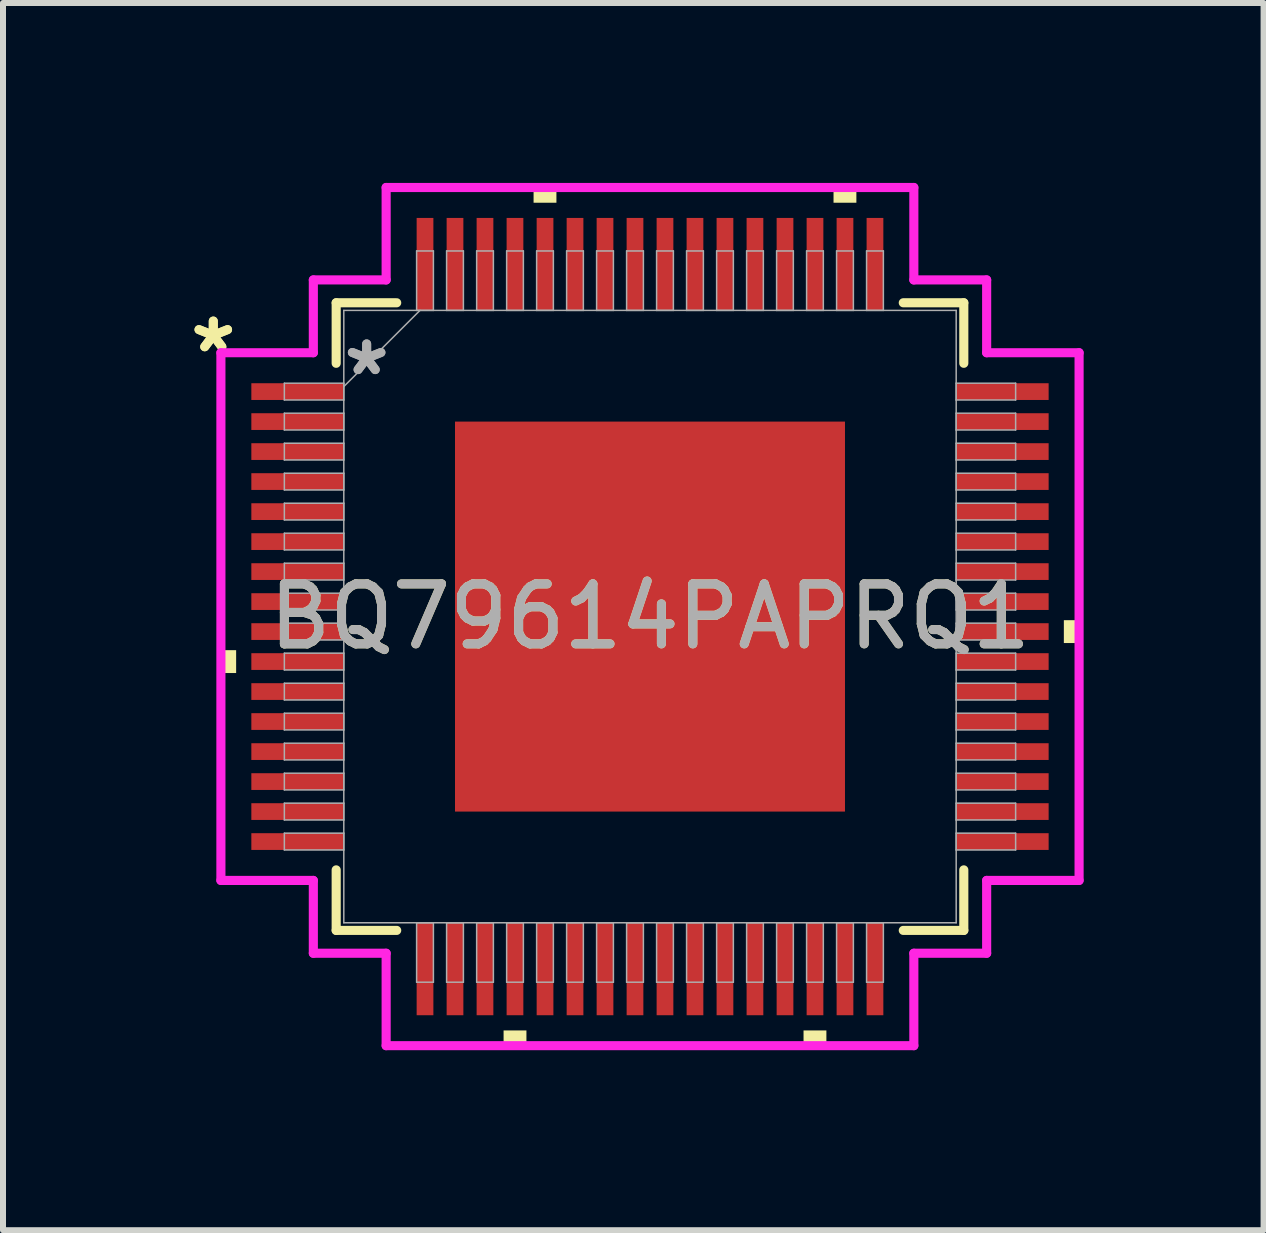
<source format=kicad_pcb>
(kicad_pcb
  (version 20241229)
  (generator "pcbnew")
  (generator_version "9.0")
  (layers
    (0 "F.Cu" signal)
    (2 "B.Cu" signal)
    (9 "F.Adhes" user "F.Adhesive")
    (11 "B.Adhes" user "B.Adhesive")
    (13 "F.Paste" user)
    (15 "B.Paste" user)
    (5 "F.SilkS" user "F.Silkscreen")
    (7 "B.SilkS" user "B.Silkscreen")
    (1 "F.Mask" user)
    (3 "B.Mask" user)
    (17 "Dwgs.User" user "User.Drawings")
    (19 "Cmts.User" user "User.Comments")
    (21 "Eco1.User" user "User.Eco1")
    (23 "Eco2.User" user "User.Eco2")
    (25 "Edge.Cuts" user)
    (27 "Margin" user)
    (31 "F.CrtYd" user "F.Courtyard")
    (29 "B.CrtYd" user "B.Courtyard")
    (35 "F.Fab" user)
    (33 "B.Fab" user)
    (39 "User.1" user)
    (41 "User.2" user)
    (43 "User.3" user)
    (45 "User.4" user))
  (footprint "BQ79614PAPRQ1"
    (layer "F.Cu")
    (at 7.787 7.23)
    (property "Reference" "BQ79614PAPRQ1" (at 0 0 0) (unlocked yes) (layer "F.SilkS") (effects (font (size 1 1) (thickness 0.15))))
    (attr smd)
    (fp_line (start -5.232 -5.232) (end -5.232 -4.223) (stroke (width 0.152) (type solid)) (layer "F.SilkS"))
    (fp_line (start -5.232 4.223) (end -5.232 5.232) (stroke (width 0.152) (type solid)) (layer "F.SilkS"))
    (fp_line (start -5.232 5.232) (end -4.223 5.232) (stroke (width 0.152) (type solid)) (layer "F.SilkS"))
    (fp_line (start -4.223 -5.232) (end -5.232 -5.232) (stroke (width 0.152) (type solid)) (layer "F.SilkS"))
    (fp_line (start 4.223 5.232) (end 5.232 5.232) (stroke (width 0.152) (type solid)) (layer "F.SilkS"))
    (fp_line (start 5.232 -5.232) (end 4.223 -5.232) (stroke (width 0.152) (type solid)) (layer "F.SilkS"))
    (fp_line (start 5.232 -4.223) (end 5.232 -5.232) (stroke (width 0.152) (type solid)) (layer "F.SilkS"))
    (fp_line (start 5.232 5.232) (end 5.232 4.223) (stroke (width 0.152) (type solid)) (layer "F.SilkS"))
    (fp_poly (pts (xy -7.154 0.56) (xy -7.154 0.941) (xy -6.9 0.941) (xy -6.9 0.56)) (stroke (width 0) (type solid)) (fill yes) (layer "F.SilkS"))
    (fp_poly (pts (xy -2.441 6.9) (xy -2.441 7.154) (xy -2.06 7.154) (xy -2.06 6.9)) (stroke (width 0) (type solid)) (fill yes) (layer "F.SilkS"))
    (fp_poly (pts (xy -1.941 -6.9) (xy -1.941 -7.154) (xy -1.56 -7.154) (xy -1.56 -6.9)) (stroke (width 0) (type solid)) (fill yes) (layer "F.SilkS"))
    (fp_poly (pts (xy 2.56 6.9) (xy 2.56 7.154) (xy 2.941 7.154) (xy 2.941 6.9)) (stroke (width 0) (type solid)) (fill yes) (layer "F.SilkS"))
    (fp_poly (pts (xy 3.06 -6.9) (xy 3.06 -7.154) (xy 3.441 -7.154) (xy 3.441 -6.9)) (stroke (width 0) (type solid)) (fill yes) (layer "F.SilkS"))
    (fp_poly (pts (xy 7.154 0.06) (xy 7.154 0.441) (xy 6.9 0.441) (xy 6.9 0.06)) (stroke (width 0) (type solid)) (fill yes) (layer "F.SilkS"))
    (fp_poly (pts (xy -3.151 -3.151) (xy -3.151 -2.051) (xy -2.051 -2.051) (xy -2.051 -3.151)) (stroke (width 0) (type solid)) (fill yes) (layer "F.Paste"))
    (fp_poly (pts (xy -3.151 -1.851) (xy -3.151 -0.75) (xy -2.051 -0.75) (xy -2.051 -1.851)) (stroke (width 0) (type solid)) (fill yes) (layer "F.Paste"))
    (fp_poly (pts (xy -3.151 -0.55) (xy -3.151 0.55) (xy -2.051 0.55) (xy -2.051 -0.55)) (stroke (width 0) (type solid)) (fill yes) (layer "F.Paste"))
    (fp_poly (pts (xy -3.151 0.75) (xy -3.151 1.851) (xy -2.051 1.851) (xy -2.051 0.75)) (stroke (width 0) (type solid)) (fill yes) (layer "F.Paste"))
    (fp_poly (pts (xy -3.151 2.051) (xy -3.151 3.151) (xy -2.051 3.151) (xy -2.051 2.051)) (stroke (width 0) (type solid)) (fill yes) (layer "F.Paste"))
    (fp_poly (pts (xy -1.851 -3.151) (xy -1.851 -2.051) (xy -0.75 -2.051) (xy -0.75 -3.151)) (stroke (width 0) (type solid)) (fill yes) (layer "F.Paste"))
    (fp_poly (pts (xy -1.851 -1.851) (xy -1.851 -0.75) (xy -0.75 -0.75) (xy -0.75 -1.851)) (stroke (width 0) (type solid)) (fill yes) (layer "F.Paste"))
    (fp_poly (pts (xy -1.851 -0.55) (xy -1.851 0.55) (xy -0.75 0.55) (xy -0.75 -0.55)) (stroke (width 0) (type solid)) (fill yes) (layer "F.Paste"))
    (fp_poly (pts (xy -1.851 0.75) (xy -1.851 1.851) (xy -0.75 1.851) (xy -0.75 0.75)) (stroke (width 0) (type solid)) (fill yes) (layer "F.Paste"))
    (fp_poly (pts (xy -1.851 2.051) (xy -1.851 3.151) (xy -0.75 3.151) (xy -0.75 2.051)) (stroke (width 0) (type solid)) (fill yes) (layer "F.Paste"))
    (fp_poly (pts (xy -0.55 -3.151) (xy -0.55 -2.051) (xy 0.55 -2.051) (xy 0.55 -3.151)) (stroke (width 0) (type solid)) (fill yes) (layer "F.Paste"))
    (fp_poly (pts (xy -0.55 -1.851) (xy -0.55 -0.75) (xy 0.55 -0.75) (xy 0.55 -1.851)) (stroke (width 0) (type solid)) (fill yes) (layer "F.Paste"))
    (fp_poly (pts (xy -0.55 -0.55) (xy -0.55 0.55) (xy 0.55 0.55) (xy 0.55 -0.55)) (stroke (width 0) (type solid)) (fill yes) (layer "F.Paste"))
    (fp_poly (pts (xy -0.55 0.75) (xy -0.55 1.851) (xy 0.55 1.851) (xy 0.55 0.75)) (stroke (width 0) (type solid)) (fill yes) (layer "F.Paste"))
    (fp_poly (pts (xy -0.55 2.051) (xy -0.55 3.151) (xy 0.55 3.151) (xy 0.55 2.051)) (stroke (width 0) (type solid)) (fill yes) (layer "F.Paste"))
    (fp_poly (pts (xy 0.75 -3.151) (xy 0.75 -2.051) (xy 1.851 -2.051) (xy 1.851 -3.151)) (stroke (width 0) (type solid)) (fill yes) (layer "F.Paste"))
    (fp_poly (pts (xy 0.75 -1.851) (xy 0.75 -0.75) (xy 1.851 -0.75) (xy 1.851 -1.851)) (stroke (width 0) (type solid)) (fill yes) (layer "F.Paste"))
    (fp_poly (pts (xy 0.75 -0.55) (xy 0.75 0.55) (xy 1.851 0.55) (xy 1.851 -0.55)) (stroke (width 0) (type solid)) (fill yes) (layer "F.Paste"))
    (fp_poly (pts (xy 0.75 0.75) (xy 0.75 1.851) (xy 1.851 1.851) (xy 1.851 0.75)) (stroke (width 0) (type solid)) (fill yes) (layer "F.Paste"))
    (fp_poly (pts (xy 0.75 2.051) (xy 0.75 3.151) (xy 1.851 3.151) (xy 1.851 2.051)) (stroke (width 0) (type solid)) (fill yes) (layer "F.Paste"))
    (fp_poly (pts (xy 2.051 -3.151) (xy 2.051 -2.051) (xy 3.151 -2.051) (xy 3.151 -3.151)) (stroke (width 0) (type solid)) (fill yes) (layer "F.Paste"))
    (fp_poly (pts (xy 2.051 -1.851) (xy 2.051 -0.75) (xy 3.151 -0.75) (xy 3.151 -1.851)) (stroke (width 0) (type solid)) (fill yes) (layer "F.Paste"))
    (fp_poly (pts (xy 2.051 -0.55) (xy 2.051 0.55) (xy 3.151 0.55) (xy 3.151 -0.55)) (stroke (width 0) (type solid)) (fill yes) (layer "F.Paste"))
    (fp_poly (pts (xy 2.051 0.75) (xy 2.051 1.851) (xy 3.151 1.851) (xy 3.151 0.75)) (stroke (width 0) (type solid)) (fill yes) (layer "F.Paste"))
    (fp_poly (pts (xy 2.051 2.051) (xy 2.051 3.151) (xy 3.151 3.151) (xy 3.151 2.051)) (stroke (width 0) (type solid)) (fill yes) (layer "F.Paste"))
    (fp_line (start -7.154 -4.399) (end -5.613 -4.399) (stroke (width 0.152) (type solid)) (layer "F.CrtYd"))
    (fp_line (start -7.154 4.399) (end -7.154 -4.399) (stroke (width 0.152) (type solid)) (layer "F.CrtYd"))
    (fp_line (start -5.613 -5.613) (end -4.399 -5.613) (stroke (width 0.152) (type solid)) (layer "F.CrtYd"))
    (fp_line (start -5.613 -4.399) (end -5.613 -5.613) (stroke (width 0.152) (type solid)) (layer "F.CrtYd"))
    (fp_line (start -5.613 4.399) (end -7.154 4.399) (stroke (width 0.152) (type solid)) (layer "F.CrtYd"))
    (fp_line (start -5.613 5.613) (end -5.613 4.399) (stroke (width 0.152) (type solid)) (layer "F.CrtYd"))
    (fp_line (start -5.613 5.613) (end -4.399 5.613) (stroke (width 0.152) (type solid)) (layer "F.CrtYd"))
    (fp_line (start -4.399 -7.154) (end 4.399 -7.154) (stroke (width 0.152) (type solid)) (layer "F.CrtYd"))
    (fp_line (start -4.399 -5.613) (end -4.399 -7.154) (stroke (width 0.152) (type solid)) (layer "F.CrtYd"))
    (fp_line (start -4.399 5.613) (end -4.399 7.154) (stroke (width 0.152) (type solid)) (layer "F.CrtYd"))
    (fp_line (start -4.399 7.154) (end 4.399 7.154) (stroke (width 0.152) (type solid)) (layer "F.CrtYd"))
    (fp_line (start 4.399 -7.154) (end 4.399 -5.613) (stroke (width 0.152) (type solid)) (layer "F.CrtYd"))
    (fp_line (start 4.399 -5.613) (end 5.613 -5.613) (stroke (width 0.152) (type solid)) (layer "F.CrtYd"))
    (fp_line (start 4.399 5.613) (end 5.613 5.613) (stroke (width 0.152) (type solid)) (layer "F.CrtYd"))
    (fp_line (start 4.399 7.154) (end 4.399 5.613) (stroke (width 0.152) (type solid)) (layer "F.CrtYd"))
    (fp_line (start 5.613 -4.399) (end 5.613 -5.613) (stroke (width 0.152) (type solid)) (layer "F.CrtYd"))
    (fp_line (start 5.613 4.399) (end 7.154 4.399) (stroke (width 0.152) (type solid)) (layer "F.CrtYd"))
    (fp_line (start 5.613 5.613) (end 5.613 4.399) (stroke (width 0.152) (type solid)) (layer "F.CrtYd"))
    (fp_line (start 7.154 -4.399) (end 5.613 -4.399) (stroke (width 0.152) (type solid)) (layer "F.CrtYd"))
    (fp_line (start 7.154 4.399) (end 7.154 -4.399) (stroke (width 0.152) (type solid)) (layer "F.CrtYd"))
    (fp_line (start -6.096 -3.891) (end -6.096 -3.611) (stroke (width 0.025) (type solid)) (layer "F.Fab"))
    (fp_line (start -6.096 -3.611) (end -5.105 -3.611) (stroke (width 0.025) (type solid)) (layer "F.Fab"))
    (fp_line (start -6.096 -3.391) (end -6.096 -3.111) (stroke (width 0.025) (type solid)) (layer "F.Fab"))
    (fp_line (start -6.096 -3.111) (end -5.105 -3.111) (stroke (width 0.025) (type solid)) (layer "F.Fab"))
    (fp_line (start -6.096 -2.89) (end -6.096 -2.611) (stroke (width 0.025) (type solid)) (layer "F.Fab"))
    (fp_line (start -6.096 -2.611) (end -5.105 -2.611) (stroke (width 0.025) (type solid)) (layer "F.Fab"))
    (fp_line (start -6.096 -2.39) (end -6.096 -2.111) (stroke (width 0.025) (type solid)) (layer "F.Fab"))
    (fp_line (start -6.096 -2.111) (end -5.105 -2.111) (stroke (width 0.025) (type solid)) (layer "F.Fab"))
    (fp_line (start -6.096 -1.89) (end -6.096 -1.611) (stroke (width 0.025) (type solid)) (layer "F.Fab"))
    (fp_line (start -6.096 -1.611) (end -5.105 -1.611) (stroke (width 0.025) (type solid)) (layer "F.Fab"))
    (fp_line (start -6.096 -1.39) (end -6.096 -1.111) (stroke (width 0.025) (type solid)) (layer "F.Fab"))
    (fp_line (start -6.096 -1.111) (end -5.105 -1.111) (stroke (width 0.025) (type solid)) (layer "F.Fab"))
    (fp_line (start -6.096 -0.89) (end -6.096 -0.61) (stroke (width 0.025) (type solid)) (layer "F.Fab"))
    (fp_line (start -6.096 -0.61) (end -5.105 -0.61) (stroke (width 0.025) (type solid)) (layer "F.Fab"))
    (fp_line (start -6.096 -0.39) (end -6.096 -0.11) (stroke (width 0.025) (type solid)) (layer "F.Fab"))
    (fp_line (start -6.096 -0.11) (end -5.105 -0.11) (stroke (width 0.025) (type solid)) (layer "F.Fab"))
    (fp_line (start -6.096 0.11) (end -6.096 0.39) (stroke (width 0.025) (type solid)) (layer "F.Fab"))
    (fp_line (start -6.096 0.39) (end -5.105 0.39) (stroke (width 0.025) (type solid)) (layer "F.Fab"))
    (fp_line (start -6.096 0.61) (end -6.096 0.89) (stroke (width 0.025) (type solid)) (layer "F.Fab"))
    (fp_line (start -6.096 0.89) (end -5.105 0.89) (stroke (width 0.025) (type solid)) (layer "F.Fab"))
    (fp_line (start -6.096 1.111) (end -6.096 1.39) (stroke (width 0.025) (type solid)) (layer "F.Fab"))
    (fp_line (start -6.096 1.39) (end -5.105 1.39) (stroke (width 0.025) (type solid)) (layer "F.Fab"))
    (fp_line (start -6.096 1.611) (end -6.096 1.89) (stroke (width 0.025) (type solid)) (layer "F.Fab"))
    (fp_line (start -6.096 1.89) (end -5.105 1.89) (stroke (width 0.025) (type solid)) (layer "F.Fab"))
    (fp_line (start -6.096 2.111) (end -6.096 2.39) (stroke (width 0.025) (type solid)) (layer "F.Fab"))
    (fp_line (start -6.096 2.39) (end -5.105 2.39) (stroke (width 0.025) (type solid)) (layer "F.Fab"))
    (fp_line (start -6.096 2.611) (end -6.096 2.89) (stroke (width 0.025) (type solid)) (layer "F.Fab"))
    (fp_line (start -6.096 2.89) (end -5.105 2.89) (stroke (width 0.025) (type solid)) (layer "F.Fab"))
    (fp_line (start -6.096 3.111) (end -6.096 3.391) (stroke (width 0.025) (type solid)) (layer "F.Fab"))
    (fp_line (start -6.096 3.391) (end -5.105 3.391) (stroke (width 0.025) (type solid)) (layer "F.Fab"))
    (fp_line (start -6.096 3.611) (end -6.096 3.891) (stroke (width 0.025) (type solid)) (layer "F.Fab"))
    (fp_line (start -6.096 3.891) (end -5.105 3.891) (stroke (width 0.025) (type solid)) (layer "F.Fab"))
    (fp_line (start -5.105 -5.105) (end -5.105 5.105) (stroke (width 0.025) (type solid)) (layer "F.Fab"))
    (fp_line (start -5.105 -3.891) (end -6.096 -3.891) (stroke (width 0.025) (type solid)) (layer "F.Fab"))
    (fp_line (start -5.105 -3.835) (end -3.835 -5.105) (stroke (width 0.025) (type solid)) (layer "F.Fab"))
    (fp_line (start -5.105 -3.611) (end -5.105 -3.891) (stroke (width 0.025) (type solid)) (layer "F.Fab"))
    (fp_line (start -5.105 -3.391) (end -6.096 -3.391) (stroke (width 0.025) (type solid)) (layer "F.Fab"))
    (fp_line (start -5.105 -3.111) (end -5.105 -3.391) (stroke (width 0.025) (type solid)) (layer "F.Fab"))
    (fp_line (start -5.105 -2.89) (end -6.096 -2.89) (stroke (width 0.025) (type solid)) (layer "F.Fab"))
    (fp_line (start -5.105 -2.611) (end -5.105 -2.89) (stroke (width 0.025) (type solid)) (layer "F.Fab"))
    (fp_line (start -5.105 -2.39) (end -6.096 -2.39) (stroke (width 0.025) (type solid)) (layer "F.Fab"))
    (fp_line (start -5.105 -2.111) (end -5.105 -2.39) (stroke (width 0.025) (type solid)) (layer "F.Fab"))
    (fp_line (start -5.105 -1.89) (end -6.096 -1.89) (stroke (width 0.025) (type solid)) (layer "F.Fab"))
    (fp_line (start -5.105 -1.611) (end -5.105 -1.89) (stroke (width 0.025) (type solid)) (layer "F.Fab"))
    (fp_line (start -5.105 -1.39) (end -6.096 -1.39) (stroke (width 0.025) (type solid)) (layer "F.Fab"))
    (fp_line (start -5.105 -1.111) (end -5.105 -1.39) (stroke (width 0.025) (type solid)) (layer "F.Fab"))
    (fp_line (start -5.105 -0.89) (end -6.096 -0.89) (stroke (width 0.025) (type solid)) (layer "F.Fab"))
    (fp_line (start -5.105 -0.61) (end -5.105 -0.89) (stroke (width 0.025) (type solid)) (layer "F.Fab"))
    (fp_line (start -5.105 -0.39) (end -6.096 -0.39) (stroke (width 0.025) (type solid)) (layer "F.Fab"))
    (fp_line (start -5.105 -0.11) (end -5.105 -0.39) (stroke (width 0.025) (type solid)) (layer "F.Fab"))
    (fp_line (start -5.105 0.11) (end -6.096 0.11) (stroke (width 0.025) (type solid)) (layer "F.Fab"))
    (fp_line (start -5.105 0.39) (end -5.105 0.11) (stroke (width 0.025) (type solid)) (layer "F.Fab"))
    (fp_line (start -5.105 0.61) (end -6.096 0.61) (stroke (width 0.025) (type solid)) (layer "F.Fab"))
    (fp_line (start -5.105 0.89) (end -5.105 0.61) (stroke (width 0.025) (type solid)) (layer "F.Fab"))
    (fp_line (start -5.105 1.111) (end -6.096 1.111) (stroke (width 0.025) (type solid)) (layer "F.Fab"))
    (fp_line (start -5.105 1.39) (end -5.105 1.111) (stroke (width 0.025) (type solid)) (layer "F.Fab"))
    (fp_line (start -5.105 1.611) (end -6.096 1.611) (stroke (width 0.025) (type solid)) (layer "F.Fab"))
    (fp_line (start -5.105 1.89) (end -5.105 1.611) (stroke (width 0.025) (type solid)) (layer "F.Fab"))
    (fp_line (start -5.105 2.111) (end -6.096 2.111) (stroke (width 0.025) (type solid)) (layer "F.Fab"))
    (fp_line (start -5.105 2.39) (end -5.105 2.111) (stroke (width 0.025) (type solid)) (layer "F.Fab"))
    (fp_line (start -5.105 2.611) (end -6.096 2.611) (stroke (width 0.025) (type solid)) (layer "F.Fab"))
    (fp_line (start -5.105 2.89) (end -5.105 2.611) (stroke (width 0.025) (type solid)) (layer "F.Fab"))
    (fp_line (start -5.105 3.111) (end -6.096 3.111) (stroke (width 0.025) (type solid)) (layer "F.Fab"))
    (fp_line (start -5.105 3.391) (end -5.105 3.111) (stroke (width 0.025) (type solid)) (layer "F.Fab"))
    (fp_line (start -5.105 3.611) (end -6.096 3.611) (stroke (width 0.025) (type solid)) (layer "F.Fab"))
    (fp_line (start -5.105 3.891) (end -5.105 3.611) (stroke (width 0.025) (type solid)) (layer "F.Fab"))
    (fp_line (start -5.105 5.105) (end 5.105 5.105) (stroke (width 0.025) (type solid)) (layer "F.Fab"))
    (fp_line (start -3.891 -6.096) (end -3.891 -5.105) (stroke (width 0.025) (type solid)) (layer "F.Fab"))
    (fp_line (start -3.891 -5.105) (end -3.611 -5.105) (stroke (width 0.025) (type solid)) (layer "F.Fab"))
    (fp_line (start -3.891 5.105) (end -3.891 6.096) (stroke (width 0.025) (type solid)) (layer "F.Fab"))
    (fp_line (start -3.891 6.096) (end -3.611 6.096) (stroke (width 0.025) (type solid)) (layer "F.Fab"))
    (fp_line (start -3.611 -6.096) (end -3.891 -6.096) (stroke (width 0.025) (type solid)) (layer "F.Fab"))
    (fp_line (start -3.611 -5.105) (end -3.611 -6.096) (stroke (width 0.025) (type solid)) (layer "F.Fab"))
    (fp_line (start -3.611 5.105) (end -3.891 5.105) (stroke (width 0.025) (type solid)) (layer "F.Fab"))
    (fp_line (start -3.611 6.096) (end -3.611 5.105) (stroke (width 0.025) (type solid)) (layer "F.Fab"))
    (fp_line (start -3.391 -6.096) (end -3.391 -5.105) (stroke (width 0.025) (type solid)) (layer "F.Fab"))
    (fp_line (start -3.391 -5.105) (end -3.111 -5.105) (stroke (width 0.025) (type solid)) (layer "F.Fab"))
    (fp_line (start -3.391 5.105) (end -3.391 6.096) (stroke (width 0.025) (type solid)) (layer "F.Fab"))
    (fp_line (start -3.391 6.096) (end -3.111 6.096) (stroke (width 0.025) (type solid)) (layer "F.Fab"))
    (fp_line (start -3.111 -6.096) (end -3.391 -6.096) (stroke (width 0.025) (type solid)) (layer "F.Fab"))
    (fp_line (start -3.111 -5.105) (end -3.111 -6.096) (stroke (width 0.025) (type solid)) (layer "F.Fab"))
    (fp_line (start -3.111 5.105) (end -3.391 5.105) (stroke (width 0.025) (type solid)) (layer "F.Fab"))
    (fp_line (start -3.111 6.096) (end -3.111 5.105) (stroke (width 0.025) (type solid)) (layer "F.Fab"))
    (fp_line (start -2.89 -6.096) (end -2.89 -5.105) (stroke (width 0.025) (type solid)) (layer "F.Fab"))
    (fp_line (start -2.89 -5.105) (end -2.611 -5.105) (stroke (width 0.025) (type solid)) (layer "F.Fab"))
    (fp_line (start -2.89 5.105) (end -2.89 6.096) (stroke (width 0.025) (type solid)) (layer "F.Fab"))
    (fp_line (start -2.89 6.096) (end -2.611 6.096) (stroke (width 0.025) (type solid)) (layer "F.Fab"))
    (fp_line (start -2.611 -6.096) (end -2.89 -6.096) (stroke (width 0.025) (type solid)) (layer "F.Fab"))
    (fp_line (start -2.611 -5.105) (end -2.611 -6.096) (stroke (width 0.025) (type solid)) (layer "F.Fab"))
    (fp_line (start -2.611 5.105) (end -2.89 5.105) (stroke (width 0.025) (type solid)) (layer "F.Fab"))
    (fp_line (start -2.611 6.096) (end -2.611 5.105) (stroke (width 0.025) (type solid)) (layer "F.Fab"))
    (fp_line (start -2.39 -6.096) (end -2.39 -5.105) (stroke (width 0.025) (type solid)) (layer "F.Fab"))
    (fp_line (start -2.39 -5.105) (end -2.111 -5.105) (stroke (width 0.025) (type solid)) (layer "F.Fab"))
    (fp_line (start -2.39 5.105) (end -2.39 6.096) (stroke (width 0.025) (type solid)) (layer "F.Fab"))
    (fp_line (start -2.39 6.096) (end -2.111 6.096) (stroke (width 0.025) (type solid)) (layer "F.Fab"))
    (fp_line (start -2.111 -6.096) (end -2.39 -6.096) (stroke (width 0.025) (type solid)) (layer "F.Fab"))
    (fp_line (start -2.111 -5.105) (end -2.111 -6.096) (stroke (width 0.025) (type solid)) (layer "F.Fab"))
    (fp_line (start -2.111 5.105) (end -2.39 5.105) (stroke (width 0.025) (type solid)) (layer "F.Fab"))
    (fp_line (start -2.111 6.096) (end -2.111 5.105) (stroke (width 0.025) (type solid)) (layer "F.Fab"))
    (fp_line (start -1.89 -6.096) (end -1.89 -5.105) (stroke (width 0.025) (type solid)) (layer "F.Fab"))
    (fp_line (start -1.89 -5.105) (end -1.611 -5.105) (stroke (width 0.025) (type solid)) (layer "F.Fab"))
    (fp_line (start -1.89 5.105) (end -1.89 6.096) (stroke (width 0.025) (type solid)) (layer "F.Fab"))
    (fp_line (start -1.89 6.096) (end -1.611 6.096) (stroke (width 0.025) (type solid)) (layer "F.Fab"))
    (fp_line (start -1.611 -6.096) (end -1.89 -6.096) (stroke (width 0.025) (type solid)) (layer "F.Fab"))
    (fp_line (start -1.611 -5.105) (end -1.611 -6.096) (stroke (width 0.025) (type solid)) (layer "F.Fab"))
    (fp_line (start -1.611 5.105) (end -1.89 5.105) (stroke (width 0.025) (type solid)) (layer "F.Fab"))
    (fp_line (start -1.611 6.096) (end -1.611 5.105) (stroke (width 0.025) (type solid)) (layer "F.Fab"))
    (fp_line (start -1.39 -6.096) (end -1.39 -5.105) (stroke (width 0.025) (type solid)) (layer "F.Fab"))
    (fp_line (start -1.39 -5.105) (end -1.111 -5.105) (stroke (width 0.025) (type solid)) (layer "F.Fab"))
    (fp_line (start -1.39 5.105) (end -1.39 6.096) (stroke (width 0.025) (type solid)) (layer "F.Fab"))
    (fp_line (start -1.39 6.096) (end -1.111 6.096) (stroke (width 0.025) (type solid)) (layer "F.Fab"))
    (fp_line (start -1.111 -6.096) (end -1.39 -6.096) (stroke (width 0.025) (type solid)) (layer "F.Fab"))
    (fp_line (start -1.111 -5.105) (end -1.111 -6.096) (stroke (width 0.025) (type solid)) (layer "F.Fab"))
    (fp_line (start -1.111 5.105) (end -1.39 5.105) (stroke (width 0.025) (type solid)) (layer "F.Fab"))
    (fp_line (start -1.111 6.096) (end -1.111 5.105) (stroke (width 0.025) (type solid)) (layer "F.Fab"))
    (fp_line (start -0.89 -6.096) (end -0.89 -5.105) (stroke (width 0.025) (type solid)) (layer "F.Fab"))
    (fp_line (start -0.89 -5.105) (end -0.61 -5.105) (stroke (width 0.025) (type solid)) (layer "F.Fab"))
    (fp_line (start -0.89 5.105) (end -0.89 6.096) (stroke (width 0.025) (type solid)) (layer "F.Fab"))
    (fp_line (start -0.89 6.096) (end -0.61 6.096) (stroke (width 0.025) (type solid)) (layer "F.Fab"))
    (fp_line (start -0.61 -6.096) (end -0.89 -6.096) (stroke (width 0.025) (type solid)) (layer "F.Fab"))
    (fp_line (start -0.61 -5.105) (end -0.61 -6.096) (stroke (width 0.025) (type solid)) (layer "F.Fab"))
    (fp_line (start -0.61 5.105) (end -0.89 5.105) (stroke (width 0.025) (type solid)) (layer "F.Fab"))
    (fp_line (start -0.61 6.096) (end -0.61 5.105) (stroke (width 0.025) (type solid)) (layer "F.Fab"))
    (fp_line (start -0.39 -6.096) (end -0.39 -5.105) (stroke (width 0.025) (type solid)) (layer "F.Fab"))
    (fp_line (start -0.39 -5.105) (end -0.11 -5.105) (stroke (width 0.025) (type solid)) (layer "F.Fab"))
    (fp_line (start -0.39 5.105) (end -0.39 6.096) (stroke (width 0.025) (type solid)) (layer "F.Fab"))
    (fp_line (start -0.39 6.096) (end -0.11 6.096) (stroke (width 0.025) (type solid)) (layer "F.Fab"))
    (fp_line (start -0.11 -6.096) (end -0.39 -6.096) (stroke (width 0.025) (type solid)) (layer "F.Fab"))
    (fp_line (start -0.11 -5.105) (end -0.11 -6.096) (stroke (width 0.025) (type solid)) (layer "F.Fab"))
    (fp_line (start -0.11 5.105) (end -0.39 5.105) (stroke (width 0.025) (type solid)) (layer "F.Fab"))
    (fp_line (start -0.11 6.096) (end -0.11 5.105) (stroke (width 0.025) (type solid)) (layer "F.Fab"))
    (fp_line (start 0.11 -6.096) (end 0.11 -5.105) (stroke (width 0.025) (type solid)) (layer "F.Fab"))
    (fp_line (start 0.11 -5.105) (end 0.39 -5.105) (stroke (width 0.025) (type solid)) (layer "F.Fab"))
    (fp_line (start 0.11 5.105) (end 0.11 6.096) (stroke (width 0.025) (type solid)) (layer "F.Fab"))
    (fp_line (start 0.11 6.096) (end 0.39 6.096) (stroke (width 0.025) (type solid)) (layer "F.Fab"))
    (fp_line (start 0.39 -6.096) (end 0.11 -6.096) (stroke (width 0.025) (type solid)) (layer "F.Fab"))
    (fp_line (start 0.39 -5.105) (end 0.39 -6.096) (stroke (width 0.025) (type solid)) (layer "F.Fab"))
    (fp_line (start 0.39 5.105) (end 0.11 5.105) (stroke (width 0.025) (type solid)) (layer "F.Fab"))
    (fp_line (start 0.39 6.096) (end 0.39 5.105) (stroke (width 0.025) (type solid)) (layer "F.Fab"))
    (fp_line (start 0.61 -6.096) (end 0.61 -5.105) (stroke (width 0.025) (type solid)) (layer "F.Fab"))
    (fp_line (start 0.61 -5.105) (end 0.89 -5.105) (stroke (width 0.025) (type solid)) (layer "F.Fab"))
    (fp_line (start 0.61 5.105) (end 0.61 6.096) (stroke (width 0.025) (type solid)) (layer "F.Fab"))
    (fp_line (start 0.61 6.096) (end 0.89 6.096) (stroke (width 0.025) (type solid)) (layer "F.Fab"))
    (fp_line (start 0.89 -6.096) (end 0.61 -6.096) (stroke (width 0.025) (type solid)) (layer "F.Fab"))
    (fp_line (start 0.89 -5.105) (end 0.89 -6.096) (stroke (width 0.025) (type solid)) (layer "F.Fab"))
    (fp_line (start 0.89 5.105) (end 0.61 5.105) (stroke (width 0.025) (type solid)) (layer "F.Fab"))
    (fp_line (start 0.89 6.096) (end 0.89 5.105) (stroke (width 0.025) (type solid)) (layer "F.Fab"))
    (fp_line (start 1.111 -6.096) (end 1.111 -5.105) (stroke (width 0.025) (type solid)) (layer "F.Fab"))
    (fp_line (start 1.111 -5.105) (end 1.39 -5.105) (stroke (width 0.025) (type solid)) (layer "F.Fab"))
    (fp_line (start 1.111 5.105) (end 1.111 6.096) (stroke (width 0.025) (type solid)) (layer "F.Fab"))
    (fp_line (start 1.111 6.096) (end 1.39 6.096) (stroke (width 0.025) (type solid)) (layer "F.Fab"))
    (fp_line (start 1.39 -6.096) (end 1.111 -6.096) (stroke (width 0.025) (type solid)) (layer "F.Fab"))
    (fp_line (start 1.39 -5.105) (end 1.39 -6.096) (stroke (width 0.025) (type solid)) (layer "F.Fab"))
    (fp_line (start 1.39 5.105) (end 1.111 5.105) (stroke (width 0.025) (type solid)) (layer "F.Fab"))
    (fp_line (start 1.39 6.096) (end 1.39 5.105) (stroke (width 0.025) (type solid)) (layer "F.Fab"))
    (fp_line (start 1.611 -6.096) (end 1.611 -5.105) (stroke (width 0.025) (type solid)) (layer "F.Fab"))
    (fp_line (start 1.611 -5.105) (end 1.89 -5.105) (stroke (width 0.025) (type solid)) (layer "F.Fab"))
    (fp_line (start 1.611 5.105) (end 1.611 6.096) (stroke (width 0.025) (type solid)) (layer "F.Fab"))
    (fp_line (start 1.611 6.096) (end 1.89 6.096) (stroke (width 0.025) (type solid)) (layer "F.Fab"))
    (fp_line (start 1.89 -6.096) (end 1.611 -6.096) (stroke (width 0.025) (type solid)) (layer "F.Fab"))
    (fp_line (start 1.89 -5.105) (end 1.89 -6.096) (stroke (width 0.025) (type solid)) (layer "F.Fab"))
    (fp_line (start 1.89 5.105) (end 1.611 5.105) (stroke (width 0.025) (type solid)) (layer "F.Fab"))
    (fp_line (start 1.89 6.096) (end 1.89 5.105) (stroke (width 0.025) (type solid)) (layer "F.Fab"))
    (fp_line (start 2.111 -6.096) (end 2.111 -5.105) (stroke (width 0.025) (type solid)) (layer "F.Fab"))
    (fp_line (start 2.111 -5.105) (end 2.39 -5.105) (stroke (width 0.025) (type solid)) (layer "F.Fab"))
    (fp_line (start 2.111 5.105) (end 2.111 6.096) (stroke (width 0.025) (type solid)) (layer "F.Fab"))
    (fp_line (start 2.111 6.096) (end 2.39 6.096) (stroke (width 0.025) (type solid)) (layer "F.Fab"))
    (fp_line (start 2.39 -6.096) (end 2.111 -6.096) (stroke (width 0.025) (type solid)) (layer "F.Fab"))
    (fp_line (start 2.39 -5.105) (end 2.39 -6.096) (stroke (width 0.025) (type solid)) (layer "F.Fab"))
    (fp_line (start 2.39 5.105) (end 2.111 5.105) (stroke (width 0.025) (type solid)) (layer "F.Fab"))
    (fp_line (start 2.39 6.096) (end 2.39 5.105) (stroke (width 0.025) (type solid)) (layer "F.Fab"))
    (fp_line (start 2.611 -6.096) (end 2.611 -5.105) (stroke (width 0.025) (type solid)) (layer "F.Fab"))
    (fp_line (start 2.611 -5.105) (end 2.89 -5.105) (stroke (width 0.025) (type solid)) (layer "F.Fab"))
    (fp_line (start 2.611 5.105) (end 2.611 6.096) (stroke (width 0.025) (type solid)) (layer "F.Fab"))
    (fp_line (start 2.611 6.096) (end 2.89 6.096) (stroke (width 0.025) (type solid)) (layer "F.Fab"))
    (fp_line (start 2.89 -6.096) (end 2.611 -6.096) (stroke (width 0.025) (type solid)) (layer "F.Fab"))
    (fp_line (start 2.89 -5.105) (end 2.89 -6.096) (stroke (width 0.025) (type solid)) (layer "F.Fab"))
    (fp_line (start 2.89 5.105) (end 2.611 5.105) (stroke (width 0.025) (type solid)) (layer "F.Fab"))
    (fp_line (start 2.89 6.096) (end 2.89 5.105) (stroke (width 0.025) (type solid)) (layer "F.Fab"))
    (fp_line (start 3.111 -6.096) (end 3.111 -5.105) (stroke (width 0.025) (type solid)) (layer "F.Fab"))
    (fp_line (start 3.111 -5.105) (end 3.391 -5.105) (stroke (width 0.025) (type solid)) (layer "F.Fab"))
    (fp_line (start 3.111 5.105) (end 3.111 6.096) (stroke (width 0.025) (type solid)) (layer "F.Fab"))
    (fp_line (start 3.111 6.096) (end 3.391 6.096) (stroke (width 0.025) (type solid)) (layer "F.Fab"))
    (fp_line (start 3.391 -6.096) (end 3.111 -6.096) (stroke (width 0.025) (type solid)) (layer "F.Fab"))
    (fp_line (start 3.391 -5.105) (end 3.391 -6.096) (stroke (width 0.025) (type solid)) (layer "F.Fab"))
    (fp_line (start 3.391 5.105) (end 3.111 5.105) (stroke (width 0.025) (type solid)) (layer "F.Fab"))
    (fp_line (start 3.391 6.096) (end 3.391 5.105) (stroke (width 0.025) (type solid)) (layer "F.Fab"))
    (fp_line (start 3.611 -6.096) (end 3.611 -5.105) (stroke (width 0.025) (type solid)) (layer "F.Fab"))
    (fp_line (start 3.611 -5.105) (end 3.891 -5.105) (stroke (width 0.025) (type solid)) (layer "F.Fab"))
    (fp_line (start 3.611 5.105) (end 3.611 6.096) (stroke (width 0.025) (type solid)) (layer "F.Fab"))
    (fp_line (start 3.611 6.096) (end 3.891 6.096) (stroke (width 0.025) (type solid)) (layer "F.Fab"))
    (fp_line (start 3.891 -6.096) (end 3.611 -6.096) (stroke (width 0.025) (type solid)) (layer "F.Fab"))
    (fp_line (start 3.891 -5.105) (end 3.891 -6.096) (stroke (width 0.025) (type solid)) (layer "F.Fab"))
    (fp_line (start 3.891 5.105) (end 3.611 5.105) (stroke (width 0.025) (type solid)) (layer "F.Fab"))
    (fp_line (start 3.891 6.096) (end 3.891 5.105) (stroke (width 0.025) (type solid)) (layer "F.Fab"))
    (fp_line (start 5.105 -5.105) (end -5.105 -5.105) (stroke (width 0.025) (type solid)) (layer "F.Fab"))
    (fp_line (start 5.105 -3.891) (end 5.105 -3.611) (stroke (width 0.025) (type solid)) (layer "F.Fab"))
    (fp_line (start 5.105 -3.611) (end 6.096 -3.611) (stroke (width 0.025) (type solid)) (layer "F.Fab"))
    (fp_line (start 5.105 -3.391) (end 5.105 -3.111) (stroke (width 0.025) (type solid)) (layer "F.Fab"))
    (fp_line (start 5.105 -3.111) (end 6.096 -3.111) (stroke (width 0.025) (type solid)) (layer "F.Fab"))
    (fp_line (start 5.105 -2.89) (end 5.105 -2.611) (stroke (width 0.025) (type solid)) (layer "F.Fab"))
    (fp_line (start 5.105 -2.611) (end 6.096 -2.611) (stroke (width 0.025) (type solid)) (layer "F.Fab"))
    (fp_line (start 5.105 -2.39) (end 5.105 -2.111) (stroke (width 0.025) (type solid)) (layer "F.Fab"))
    (fp_line (start 5.105 -2.111) (end 6.096 -2.111) (stroke (width 0.025) (type solid)) (layer "F.Fab"))
    (fp_line (start 5.105 -1.89) (end 5.105 -1.611) (stroke (width 0.025) (type solid)) (layer "F.Fab"))
    (fp_line (start 5.105 -1.611) (end 6.096 -1.611) (stroke (width 0.025) (type solid)) (layer "F.Fab"))
    (fp_line (start 5.105 -1.39) (end 5.105 -1.111) (stroke (width 0.025) (type solid)) (layer "F.Fab"))
    (fp_line (start 5.105 -1.111) (end 6.096 -1.111) (stroke (width 0.025) (type solid)) (layer "F.Fab"))
    (fp_line (start 5.105 -0.89) (end 5.105 -0.61) (stroke (width 0.025) (type solid)) (layer "F.Fab"))
    (fp_line (start 5.105 -0.61) (end 6.096 -0.61) (stroke (width 0.025) (type solid)) (layer "F.Fab"))
    (fp_line (start 5.105 -0.39) (end 5.105 -0.11) (stroke (width 0.025) (type solid)) (layer "F.Fab"))
    (fp_line (start 5.105 -0.11) (end 6.096 -0.11) (stroke (width 0.025) (type solid)) (layer "F.Fab"))
    (fp_line (start 5.105 0.11) (end 5.105 0.39) (stroke (width 0.025) (type solid)) (layer "F.Fab"))
    (fp_line (start 5.105 0.39) (end 6.096 0.39) (stroke (width 0.025) (type solid)) (layer "F.Fab"))
    (fp_line (start 5.105 0.61) (end 5.105 0.89) (stroke (width 0.025) (type solid)) (layer "F.Fab"))
    (fp_line (start 5.105 0.89) (end 6.096 0.89) (stroke (width 0.025) (type solid)) (layer "F.Fab"))
    (fp_line (start 5.105 1.111) (end 5.105 1.39) (stroke (width 0.025) (type solid)) (layer "F.Fab"))
    (fp_line (start 5.105 1.39) (end 6.096 1.39) (stroke (width 0.025) (type solid)) (layer "F.Fab"))
    (fp_line (start 5.105 1.611) (end 5.105 1.89) (stroke (width 0.025) (type solid)) (layer "F.Fab"))
    (fp_line (start 5.105 1.89) (end 6.096 1.89) (stroke (width 0.025) (type solid)) (layer "F.Fab"))
    (fp_line (start 5.105 2.111) (end 5.105 2.39) (stroke (width 0.025) (type solid)) (layer "F.Fab"))
    (fp_line (start 5.105 2.39) (end 6.096 2.39) (stroke (width 0.025) (type solid)) (layer "F.Fab"))
    (fp_line (start 5.105 2.611) (end 5.105 2.89) (stroke (width 0.025) (type solid)) (layer "F.Fab"))
    (fp_line (start 5.105 2.89) (end 6.096 2.89) (stroke (width 0.025) (type solid)) (layer "F.Fab"))
    (fp_line (start 5.105 3.111) (end 5.105 3.391) (stroke (width 0.025) (type solid)) (layer "F.Fab"))
    (fp_line (start 5.105 3.391) (end 6.096 3.391) (stroke (width 0.025) (type solid)) (layer "F.Fab"))
    (fp_line (start 5.105 3.611) (end 5.105 3.891) (stroke (width 0.025) (type solid)) (layer "F.Fab"))
    (fp_line (start 5.105 3.891) (end 6.096 3.891) (stroke (width 0.025) (type solid)) (layer "F.Fab"))
    (fp_line (start 5.105 5.105) (end 5.105 -5.105) (stroke (width 0.025) (type solid)) (layer "F.Fab"))
    (fp_line (start 6.096 -3.891) (end 5.105 -3.891) (stroke (width 0.025) (type solid)) (layer "F.Fab"))
    (fp_line (start 6.096 -3.611) (end 6.096 -3.891) (stroke (width 0.025) (type solid)) (layer "F.Fab"))
    (fp_line (start 6.096 -3.391) (end 5.105 -3.391) (stroke (width 0.025) (type solid)) (layer "F.Fab"))
    (fp_line (start 6.096 -3.111) (end 6.096 -3.391) (stroke (width 0.025) (type solid)) (layer "F.Fab"))
    (fp_line (start 6.096 -2.89) (end 5.105 -2.89) (stroke (width 0.025) (type solid)) (layer "F.Fab"))
    (fp_line (start 6.096 -2.611) (end 6.096 -2.89) (stroke (width 0.025) (type solid)) (layer "F.Fab"))
    (fp_line (start 6.096 -2.39) (end 5.105 -2.39) (stroke (width 0.025) (type solid)) (layer "F.Fab"))
    (fp_line (start 6.096 -2.111) (end 6.096 -2.39) (stroke (width 0.025) (type solid)) (layer "F.Fab"))
    (fp_line (start 6.096 -1.89) (end 5.105 -1.89) (stroke (width 0.025) (type solid)) (layer "F.Fab"))
    (fp_line (start 6.096 -1.611) (end 6.096 -1.89) (stroke (width 0.025) (type solid)) (layer "F.Fab"))
    (fp_line (start 6.096 -1.39) (end 5.105 -1.39) (stroke (width 0.025) (type solid)) (layer "F.Fab"))
    (fp_line (start 6.096 -1.111) (end 6.096 -1.39) (stroke (width 0.025) (type solid)) (layer "F.Fab"))
    (fp_line (start 6.096 -0.89) (end 5.105 -0.89) (stroke (width 0.025) (type solid)) (layer "F.Fab"))
    (fp_line (start 6.096 -0.61) (end 6.096 -0.89) (stroke (width 0.025) (type solid)) (layer "F.Fab"))
    (fp_line (start 6.096 -0.39) (end 5.105 -0.39) (stroke (width 0.025) (type solid)) (layer "F.Fab"))
    (fp_line (start 6.096 -0.11) (end 6.096 -0.39) (stroke (width 0.025) (type solid)) (layer "F.Fab"))
    (fp_line (start 6.096 0.11) (end 5.105 0.11) (stroke (width 0.025) (type solid)) (layer "F.Fab"))
    (fp_line (start 6.096 0.39) (end 6.096 0.11) (stroke (width 0.025) (type solid)) (layer "F.Fab"))
    (fp_line (start 6.096 0.61) (end 5.105 0.61) (stroke (width 0.025) (type solid)) (layer "F.Fab"))
    (fp_line (start 6.096 0.89) (end 6.096 0.61) (stroke (width 0.025) (type solid)) (layer "F.Fab"))
    (fp_line (start 6.096 1.111) (end 5.105 1.111) (stroke (width 0.025) (type solid)) (layer "F.Fab"))
    (fp_line (start 6.096 1.39) (end 6.096 1.111) (stroke (width 0.025) (type solid)) (layer "F.Fab"))
    (fp_line (start 6.096 1.611) (end 5.105 1.611) (stroke (width 0.025) (type solid)) (layer "F.Fab"))
    (fp_line (start 6.096 1.89) (end 6.096 1.611) (stroke (width 0.025) (type solid)) (layer "F.Fab"))
    (fp_line (start 6.096 2.111) (end 5.105 2.111) (stroke (width 0.025) (type solid)) (layer "F.Fab"))
    (fp_line (start 6.096 2.39) (end 6.096 2.111) (stroke (width 0.025) (type solid)) (layer "F.Fab"))
    (fp_line (start 6.096 2.611) (end 5.105 2.611) (stroke (width 0.025) (type solid)) (layer "F.Fab"))
    (fp_line (start 6.096 2.89) (end 6.096 2.611) (stroke (width 0.025) (type solid)) (layer "F.Fab"))
    (fp_line (start 6.096 3.111) (end 5.105 3.111) (stroke (width 0.025) (type solid)) (layer "F.Fab"))
    (fp_line (start 6.096 3.391) (end 6.096 3.111) (stroke (width 0.025) (type solid)) (layer "F.Fab"))
    (fp_line (start 6.096 3.611) (end 5.105 3.611) (stroke (width 0.025) (type solid)) (layer "F.Fab"))
    (fp_line (start 6.096 3.891) (end 6.096 3.611) (stroke (width 0.025) (type solid)) (layer "F.Fab"))
    (fp_text user "*" (at -7.281 -4.382 0) (unlocked yes) (layer "F.SilkS") (effects (font (size 1 1) (thickness 0.15))))
    (fp_text user "*" (at -7.281 -4.382 0) (layer "F.SilkS") (effects (font (size 1 1) (thickness 0.15))))
    (fp_text user "*" (at -4.724 -4.001 0) (unlocked yes) (layer "F.Fab") (effects (font (size 1 1) (thickness 0.15))))
    (fp_text user "${REFERENCE}" (at 0 0 0) (unlocked yes) (layer "F.Fab") (effects (font (size 1 1) (thickness 0.15))))
    (fp_text user "*" (at -4.724 -4.001 0) (layer "F.Fab") (effects (font (size 1 1) (thickness 0.15))))
    (pad "1" smd rect (at -5.876 -3.751 90) (size 0.279 1.541) (layers "F.Cu" "F.Mask" "F.Paste"))
    (pad "2" smd rect (at -5.876 -3.251 90) (size 0.279 1.541) (layers "F.Cu" "F.Mask" "F.Paste"))
    (pad "3" smd rect (at -5.876 -2.751 90) (size 0.279 1.541) (layers "F.Cu" "F.Mask" "F.Paste"))
    (pad "4" smd rect (at -5.876 -2.251 90) (size 0.279 1.541) (layers "F.Cu" "F.Mask" "F.Paste"))
    (pad "5" smd rect (at -5.876 -1.75 90) (size 0.279 1.541) (layers "F.Cu" "F.Mask" "F.Paste"))
    (pad "6" smd rect (at -5.876 -1.25 90) (size 0.279 1.541) (layers "F.Cu" "F.Mask" "F.Paste"))
    (pad "7" smd rect (at -5.876 -0.75 90) (size 0.279 1.541) (layers "F.Cu" "F.Mask" "F.Paste"))
    (pad "8" smd rect (at -5.876 -0.25 90) (size 0.279 1.541) (layers "F.Cu" "F.Mask" "F.Paste"))
    (pad "9" smd rect (at -5.876 0.25 90) (size 0.279 1.541) (layers "F.Cu" "F.Mask" "F.Paste"))
    (pad "10" smd rect (at -5.876 0.75 90) (size 0.279 1.541) (layers "F.Cu" "F.Mask" "F.Paste"))
    (pad "11" smd rect (at -5.876 1.25 90) (size 0.279 1.541) (layers "F.Cu" "F.Mask" "F.Paste"))
    (pad "12" smd rect (at -5.876 1.75 90) (size 0.279 1.541) (layers "F.Cu" "F.Mask" "F.Paste"))
    (pad "13" smd rect (at -5.876 2.251 90) (size 0.279 1.541) (layers "F.Cu" "F.Mask" "F.Paste"))
    (pad "14" smd rect (at -5.876 2.751 90) (size 0.279 1.541) (layers "F.Cu" "F.Mask" "F.Paste"))
    (pad "15" smd rect (at -5.876 3.251 90) (size 0.279 1.541) (layers "F.Cu" "F.Mask" "F.Paste"))
    (pad "16" smd rect (at -5.876 3.751 90) (size 0.279 1.541) (layers "F.Cu" "F.Mask" "F.Paste"))
    (pad "17" smd rect (at -3.751 5.876) (size 0.279 1.541) (layers "F.Cu" "F.Mask" "F.Paste"))
    (pad "18" smd rect (at -3.251 5.876) (size 0.279 1.541) (layers "F.Cu" "F.Mask" "F.Paste"))
    (pad "19" smd rect (at -2.751 5.876) (size 0.279 1.541) (layers "F.Cu" "F.Mask" "F.Paste"))
    (pad "20" smd rect (at -2.251 5.876) (size 0.279 1.541) (layers "F.Cu" "F.Mask" "F.Paste"))
    (pad "21" smd rect (at -1.75 5.876) (size 0.279 1.541) (layers "F.Cu" "F.Mask" "F.Paste"))
    (pad "22" smd rect (at -1.25 5.876) (size 0.279 1.541) (layers "F.Cu" "F.Mask" "F.Paste"))
    (pad "23" smd rect (at -0.75 5.876) (size 0.279 1.541) (layers "F.Cu" "F.Mask" "F.Paste"))
    (pad "24" smd rect (at -0.25 5.876) (size 0.279 1.541) (layers "F.Cu" "F.Mask" "F.Paste"))
    (pad "25" smd rect (at 0.25 5.876) (size 0.279 1.541) (layers "F.Cu" "F.Mask" "F.Paste"))
    (pad "26" smd rect (at 0.75 5.876) (size 0.279 1.541) (layers "F.Cu" "F.Mask" "F.Paste"))
    (pad "27" smd rect (at 1.25 5.876) (size 0.279 1.541) (layers "F.Cu" "F.Mask" "F.Paste"))
    (pad "28" smd rect (at 1.75 5.876) (size 0.279 1.541) (layers "F.Cu" "F.Mask" "F.Paste"))
    (pad "29" smd rect (at 2.251 5.876) (size 0.279 1.541) (layers "F.Cu" "F.Mask" "F.Paste"))
    (pad "30" smd rect (at 2.751 5.876) (size 0.279 1.541) (layers "F.Cu" "F.Mask" "F.Paste"))
    (pad "31" smd rect (at 3.251 5.876) (size 0.279 1.541) (layers "F.Cu" "F.Mask" "F.Paste"))
    (pad "32" smd rect (at 3.751 5.876) (size 0.279 1.541) (layers "F.Cu" "F.Mask" "F.Paste"))
    (pad "33" smd rect (at 5.876 3.751 90) (size 0.279 1.541) (layers "F.Cu" "F.Mask" "F.Paste"))
    (pad "34" smd rect (at 5.876 3.251 90) (size 0.279 1.541) (layers "F.Cu" "F.Mask" "F.Paste"))
    (pad "35" smd rect (at 5.876 2.751 90) (size 0.279 1.541) (layers "F.Cu" "F.Mask" "F.Paste"))
    (pad "36" smd rect (at 5.876 2.251 90) (size 0.279 1.541) (layers "F.Cu" "F.Mask" "F.Paste"))
    (pad "37" smd rect (at 5.876 1.75 90) (size 0.279 1.541) (layers "F.Cu" "F.Mask" "F.Paste"))
    (pad "38" smd rect (at 5.876 1.25 90) (size 0.279 1.541) (layers "F.Cu" "F.Mask" "F.Paste"))
    (pad "39" smd rect (at 5.876 0.75 90) (size 0.279 1.541) (layers "F.Cu" "F.Mask" "F.Paste"))
    (pad "40" smd rect (at 5.876 0.25 90) (size 0.279 1.541) (layers "F.Cu" "F.Mask" "F.Paste"))
    (pad "41" smd rect (at 5.876 -0.25 90) (size 0.279 1.541) (layers "F.Cu" "F.Mask" "F.Paste"))
    (pad "42" smd rect (at 5.876 -0.75 90) (size 0.279 1.541) (layers "F.Cu" "F.Mask" "F.Paste"))
    (pad "43" smd rect (at 5.876 -1.25 90) (size 0.279 1.541) (layers "F.Cu" "F.Mask" "F.Paste"))
    (pad "44" smd rect (at 5.876 -1.75 90) (size 0.279 1.541) (layers "F.Cu" "F.Mask" "F.Paste"))
    (pad "45" smd rect (at 5.876 -2.251 90) (size 0.279 1.541) (layers "F.Cu" "F.Mask" "F.Paste"))
    (pad "46" smd rect (at 5.876 -2.751 90) (size 0.279 1.541) (layers "F.Cu" "F.Mask" "F.Paste"))
    (pad "47" smd rect (at 5.876 -3.251 90) (size 0.279 1.541) (layers "F.Cu" "F.Mask" "F.Paste"))
    (pad "48" smd rect (at 5.876 -3.751 90) (size 0.279 1.541) (layers "F.Cu" "F.Mask" "F.Paste"))
    (pad "49" smd rect (at 3.751 -5.876) (size 0.279 1.541) (layers "F.Cu" "F.Mask" "F.Paste"))
    (pad "50" smd rect (at 3.251 -5.876) (size 0.279 1.541) (layers "F.Cu" "F.Mask" "F.Paste"))
    (pad "51" smd rect (at 2.751 -5.876) (size 0.279 1.541) (layers "F.Cu" "F.Mask" "F.Paste"))
    (pad "52" smd rect (at 2.251 -5.876) (size 0.279 1.541) (layers "F.Cu" "F.Mask" "F.Paste"))
    (pad "53" smd rect (at 1.75 -5.876) (size 0.279 1.541) (layers "F.Cu" "F.Mask" "F.Paste"))
    (pad "54" smd rect (at 1.25 -5.876) (size 0.279 1.541) (layers "F.Cu" "F.Mask" "F.Paste"))
    (pad "55" smd rect (at 0.75 -5.876) (size 0.279 1.541) (layers "F.Cu" "F.Mask" "F.Paste"))
    (pad "56" smd rect (at 0.25 -5.876) (size 0.279 1.541) (layers "F.Cu" "F.Mask" "F.Paste"))
    (pad "57" smd rect (at -0.25 -5.876) (size 0.279 1.541) (layers "F.Cu" "F.Mask" "F.Paste"))
    (pad "58" smd rect (at -0.75 -5.876) (size 0.279 1.541) (layers "F.Cu" "F.Mask" "F.Paste"))
    (pad "59" smd rect (at -1.25 -5.876) (size 0.279 1.541) (layers "F.Cu" "F.Mask" "F.Paste"))
    (pad "60" smd rect (at -1.75 -5.876) (size 0.279 1.541) (layers "F.Cu" "F.Mask" "F.Paste"))
    (pad "61" smd rect (at -2.251 -5.876) (size 0.279 1.541) (layers "F.Cu" "F.Mask" "F.Paste"))
    (pad "62" smd rect (at -2.751 -5.876) (size 0.279 1.541) (layers "F.Cu" "F.Mask" "F.Paste"))
    (pad "63" smd rect (at -3.251 -5.876) (size 0.279 1.541) (layers "F.Cu" "F.Mask" "F.Paste"))
    (pad "64" smd rect (at -3.751 -5.876) (size 0.279 1.541) (layers "F.Cu" "F.Mask" "F.Paste"))
    (pad "65" smd rect (at 0 0) (size 6.502 6.502) (layers "F.Cu" "F.Mask")))
  (gr_rect
    (start -3 -3)
    (end 18.017 17.46)
    (stroke (width 0.1) (type default))
    (fill no)
    (layer "Edge.Cuts")))
</source>
